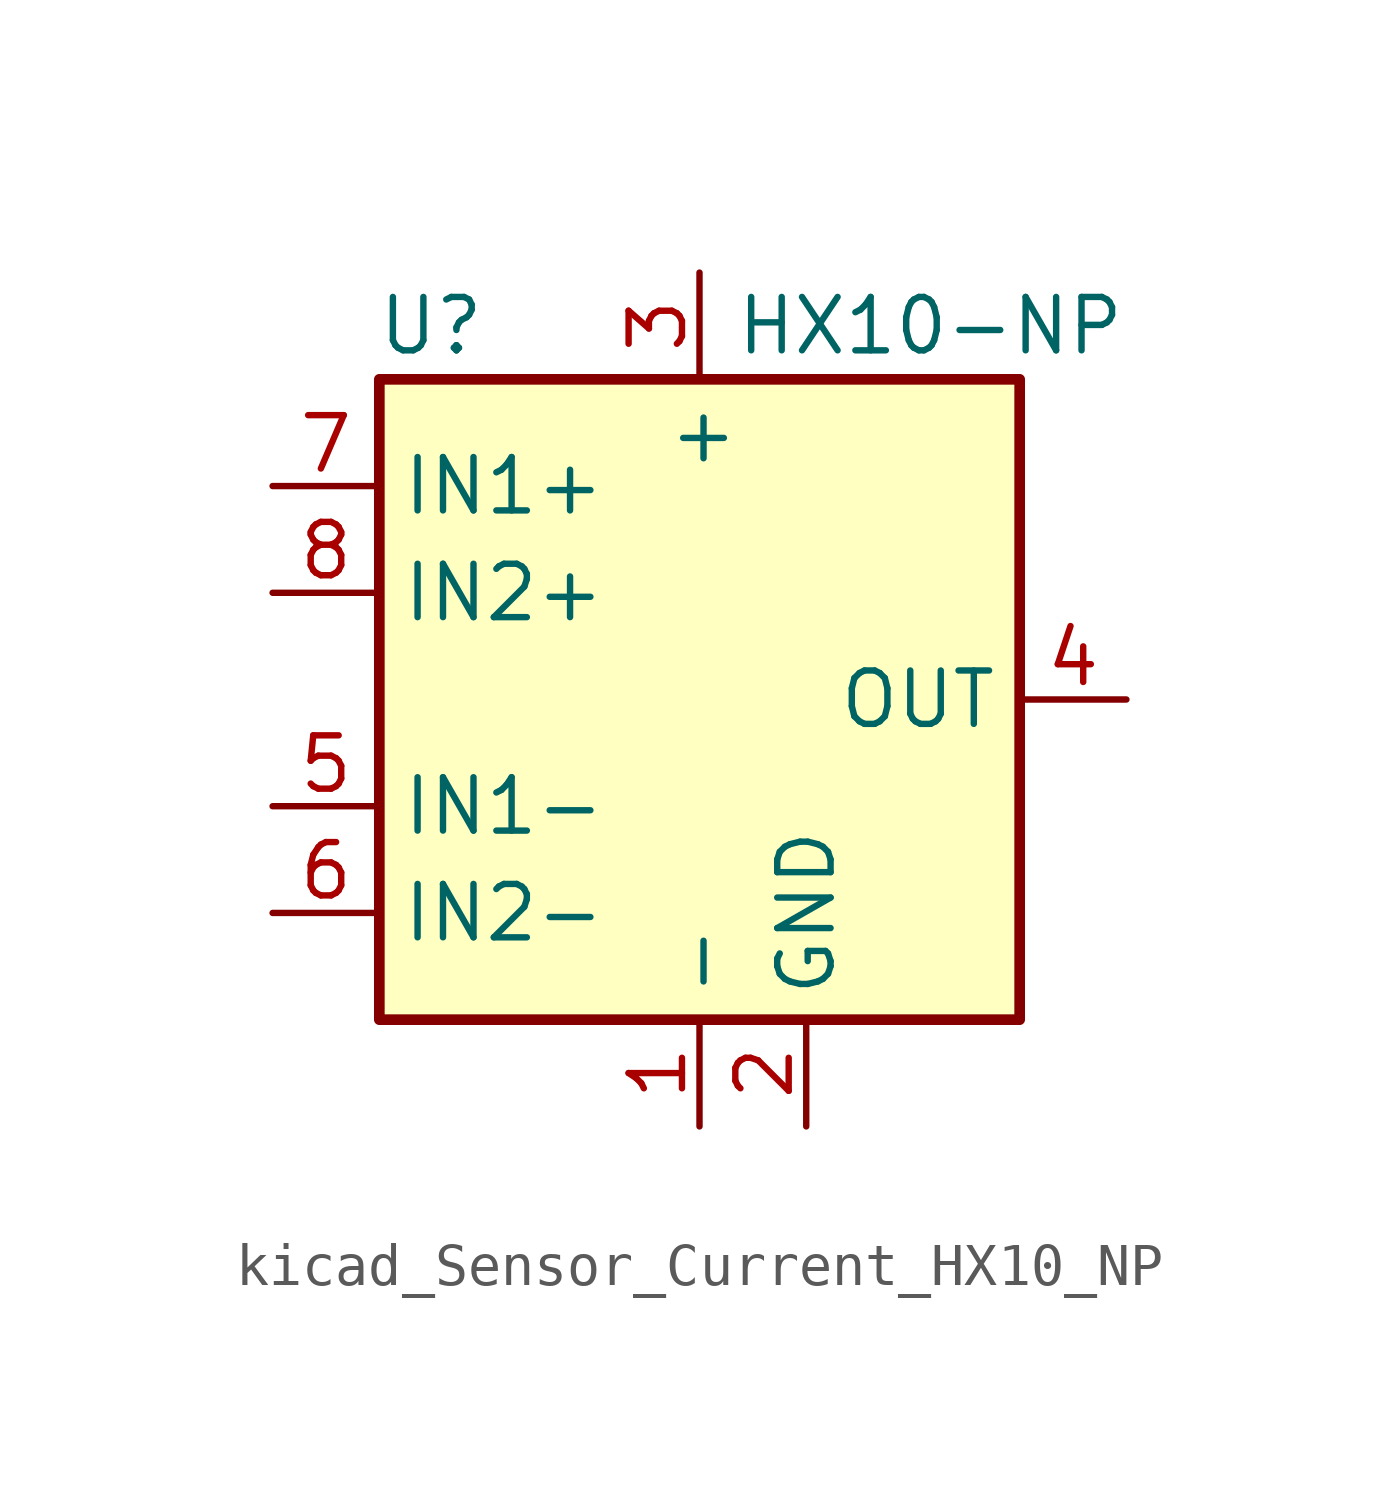
<source format=kicad_sym>
(kicad_symbol_lib
  (version 20220914)
  (generator kicad_symbol_editor)
  (symbol "kicad_Sensor_Current_HX10_NP"
    (property "Reference" "U"
      (at -5.08 8.89 0)
      (effects (font (size 1.27 1.27)) (justify right)))
    (property "Value" "HX10-NP"
      (at 10.16 8.89 0)
      (effects (font (size 1.27 1.27)) (justify right)))
    (symbol "kicad_Sensor_Current_HX10_NP_0_1"
      (rectangle (start -7.62 7.62) (end 7.62 -7.62) (stroke (width 0.254) (type default)) (fill (type background))))
    (symbol "kicad_Sensor_Current_HX10_NP_1_1"
      (pin power_in line (at 0 -10.16 90) (length 2.54) (name "-" (effects (font (size 1.27 1.27)))) (number "1" (effects (font (size 1.27 1.27)))))
      (pin power_in line (at 2.54 -10.16 90) (length 2.54) (name "GND" (effects (font (size 1.27 1.27)))) (number "2" (effects (font (size 1.27 1.27)))))
      (pin power_in line (at 0 10.16 270) (length 2.54) (name "+" (effects (font (size 1.27 1.27)))) (number "3" (effects (font (size 1.27 1.27)))))
      (pin output line (at 10.16 0 180) (length 2.54) (name "OUT" (effects (font (size 1.27 1.27)))) (number "4" (effects (font (size 1.27 1.27)))))
      (pin passive line (at -10.16 -2.54 0) (length 2.54) (name "IN1-" (effects (font (size 1.27 1.27)))) (number "5" (effects (font (size 1.27 1.27)))))
      (pin passive line (at -10.16 -5.08 0) (length 2.54) (name "IN2-" (effects (font (size 1.27 1.27)))) (number "6" (effects (font (size 1.27 1.27)))))
      (pin passive line (at -10.16 5.08 0) (length 2.54) (name "IN1+" (effects (font (size 1.27 1.27)))) (number "7" (effects (font (size 1.27 1.27)))))
      (pin passive line (at -10.16 2.54 0) (length 2.54) (name "IN2+" (effects (font (size 1.27 1.27)))) (number "8" (effects (font (size 1.27 1.27))))))))
</source>
